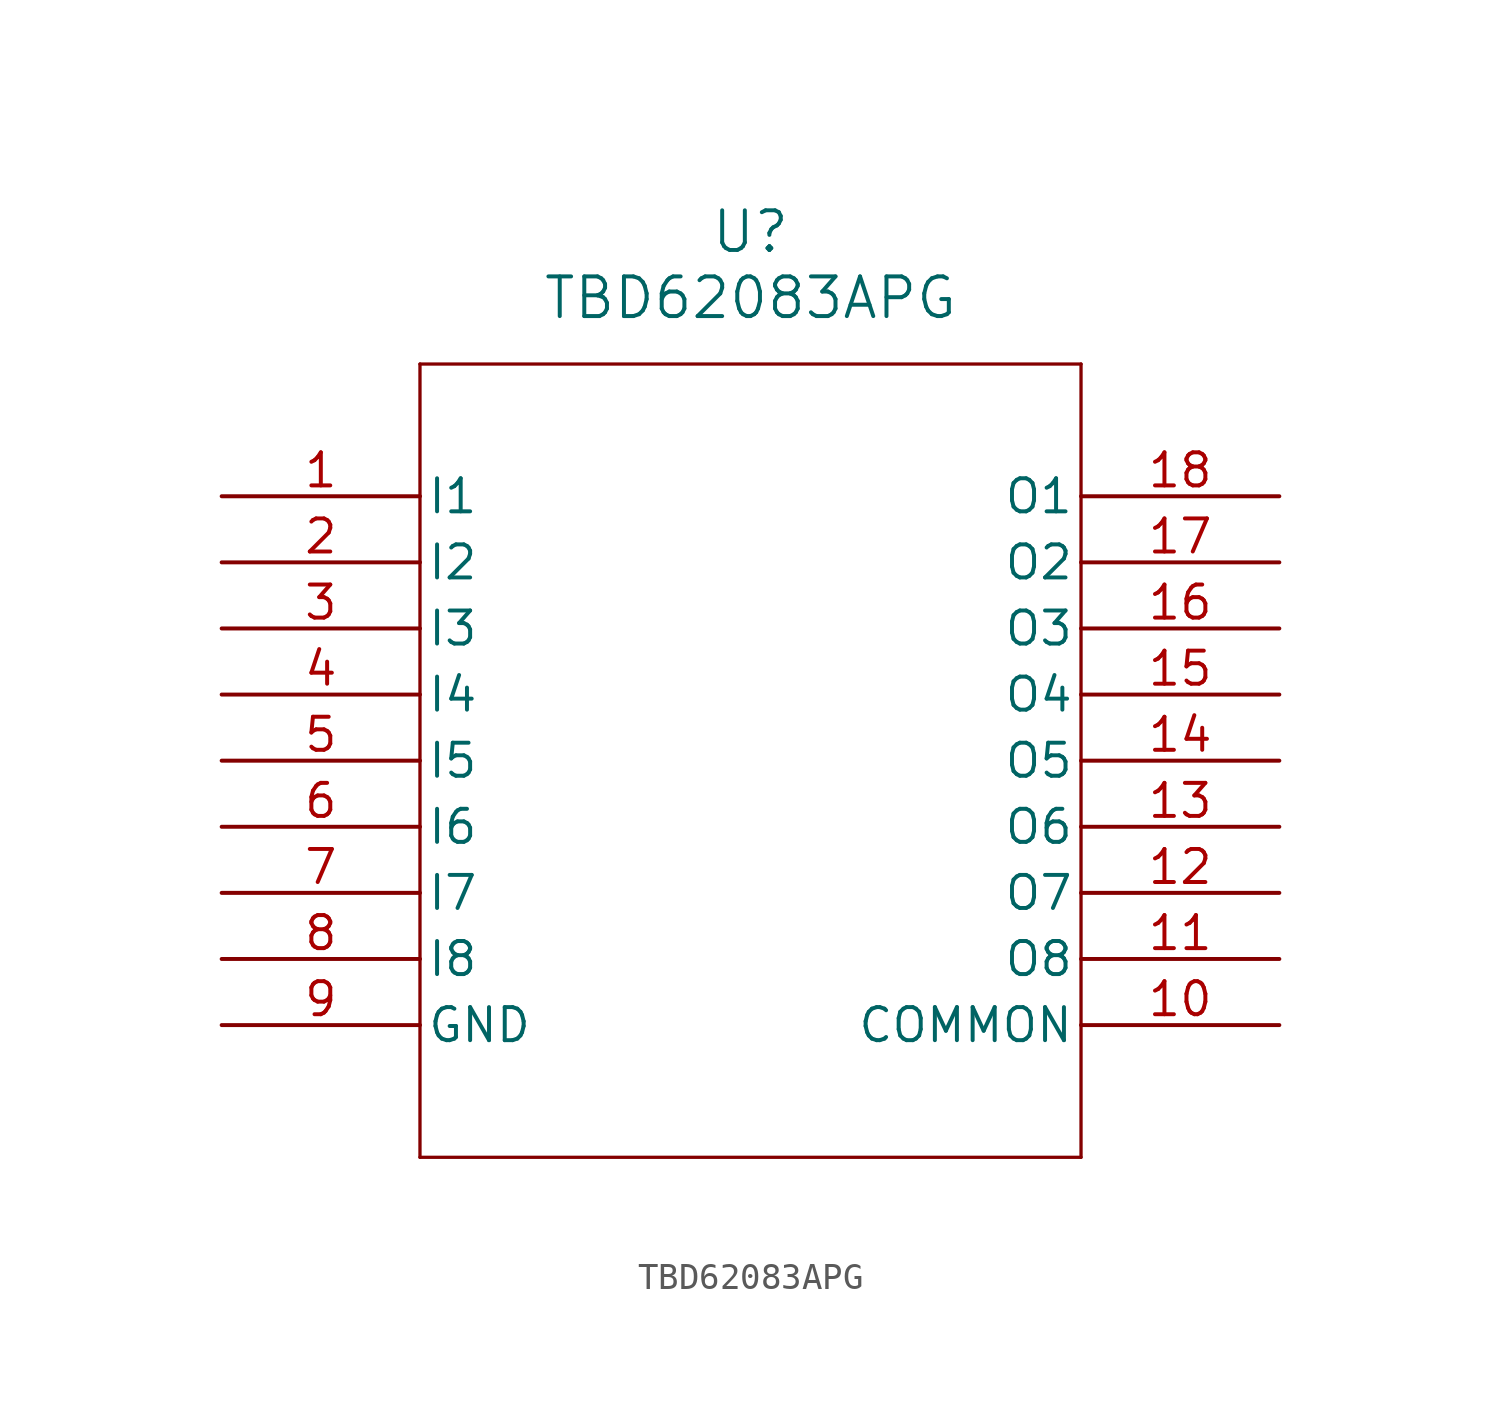
<source format=kicad_sym>
(kicad_symbol_lib
  (version 20211014)
  (generator kicad_symbol_editor)
  (symbol "TBD62083APG"
    (pin_names
      (offset 0.254))
    (property "Reference" "U"
      (at 20.32 10.16 0)
      (effects (font (size 1.524 1.524))))
    (property "Value" "TBD62083APG"
      (at 20.32 7.62 0)
      (effects (font (size 1.524 1.524))))
    (symbol "TBD62083APG_0_1"
      (polyline (pts (xy 7.62 5.08) (xy 7.62 -25.4)) (stroke (width 0.127) (type default) (color 0 0 0 0)) (fill (type none)))
      (polyline (pts (xy 7.62 -25.4) (xy 33.02 -25.4)) (stroke (width 0.127) (type default) (color 0 0 0 0)) (fill (type none)))
      (polyline (pts (xy 33.02 -25.4) (xy 33.02 5.08)) (stroke (width 0.127) (type default) (color 0 0 0 0)) (fill (type none)))
      (polyline (pts (xy 33.02 5.08) (xy 7.62 5.08)) (stroke (width 0.127) (type default) (color 0 0 0 0)) (fill (type none)))
      (pin input line (at 0 0 0) (length 7.62) (name "I1" (effects (font (size 1.27 1.27)))) (number "1" (effects (font (size 1.27 1.27)))))
      (pin input line (at 0 -2.54 0) (length 7.62) (name "I2" (effects (font (size 1.27 1.27)))) (number "2" (effects (font (size 1.27 1.27)))))
      (pin input line (at 0 -5.08 0) (length 7.62) (name "I3" (effects (font (size 1.27 1.27)))) (number "3" (effects (font (size 1.27 1.27)))))
      (pin input line (at 0 -7.62 0) (length 7.62) (name "I4" (effects (font (size 1.27 1.27)))) (number "4" (effects (font (size 1.27 1.27)))))
      (pin input line (at 0 -10.16 0) (length 7.62) (name "I5" (effects (font (size 1.27 1.27)))) (number "5" (effects (font (size 1.27 1.27)))))
      (pin input line (at 0 -12.7 0) (length 7.62) (name "I6" (effects (font (size 1.27 1.27)))) (number "6" (effects (font (size 1.27 1.27)))))
      (pin input line (at 0 -15.24 0) (length 7.62) (name "I7" (effects (font (size 1.27 1.27)))) (number "7" (effects (font (size 1.27 1.27)))))
      (pin input line (at 0 -17.78 0) (length 7.62) (name "I8" (effects (font (size 1.27 1.27)))) (number "8" (effects (font (size 1.27 1.27)))))
      (pin power_out line (at 0 -20.32 0) (length 7.62) (name "GND" (effects (font (size 1.27 1.27)))) (number "9" (effects (font (size 1.27 1.27)))))
      (pin unspecified line (at 40.64 -20.32 180) (length 7.62) (name "COMMON" (effects (font (size 1.27 1.27)))) (number "10" (effects (font (size 1.27 1.27)))))
      (pin output line (at 40.64 -17.78 180) (length 7.62) (name "O8" (effects (font (size 1.27 1.27)))) (number "11" (effects (font (size 1.27 1.27)))))
      (pin output line (at 40.64 -15.24 180) (length 7.62) (name "O7" (effects (font (size 1.27 1.27)))) (number "12" (effects (font (size 1.27 1.27)))))
      (pin output line (at 40.64 -12.7 180) (length 7.62) (name "O6" (effects (font (size 1.27 1.27)))) (number "13" (effects (font (size 1.27 1.27)))))
      (pin output line (at 40.64 -10.16 180) (length 7.62) (name "O5" (effects (font (size 1.27 1.27)))) (number "14" (effects (font (size 1.27 1.27)))))
      (pin output line (at 40.64 -7.62 180) (length 7.62) (name "O4" (effects (font (size 1.27 1.27)))) (number "15" (effects (font (size 1.27 1.27)))))
      (pin output line (at 40.64 -5.08 180) (length 7.62) (name "O3" (effects (font (size 1.27 1.27)))) (number "16" (effects (font (size 1.27 1.27)))))
      (pin output line (at 40.64 -2.54 180) (length 7.62) (name "O2" (effects (font (size 1.27 1.27)))) (number "17" (effects (font (size 1.27 1.27)))))
      (pin output line (at 40.64 0 180) (length 7.62) (name "O1" (effects (font (size 1.27 1.27)))) (number "18" (effects (font (size 1.27 1.27))))))))
</source>
